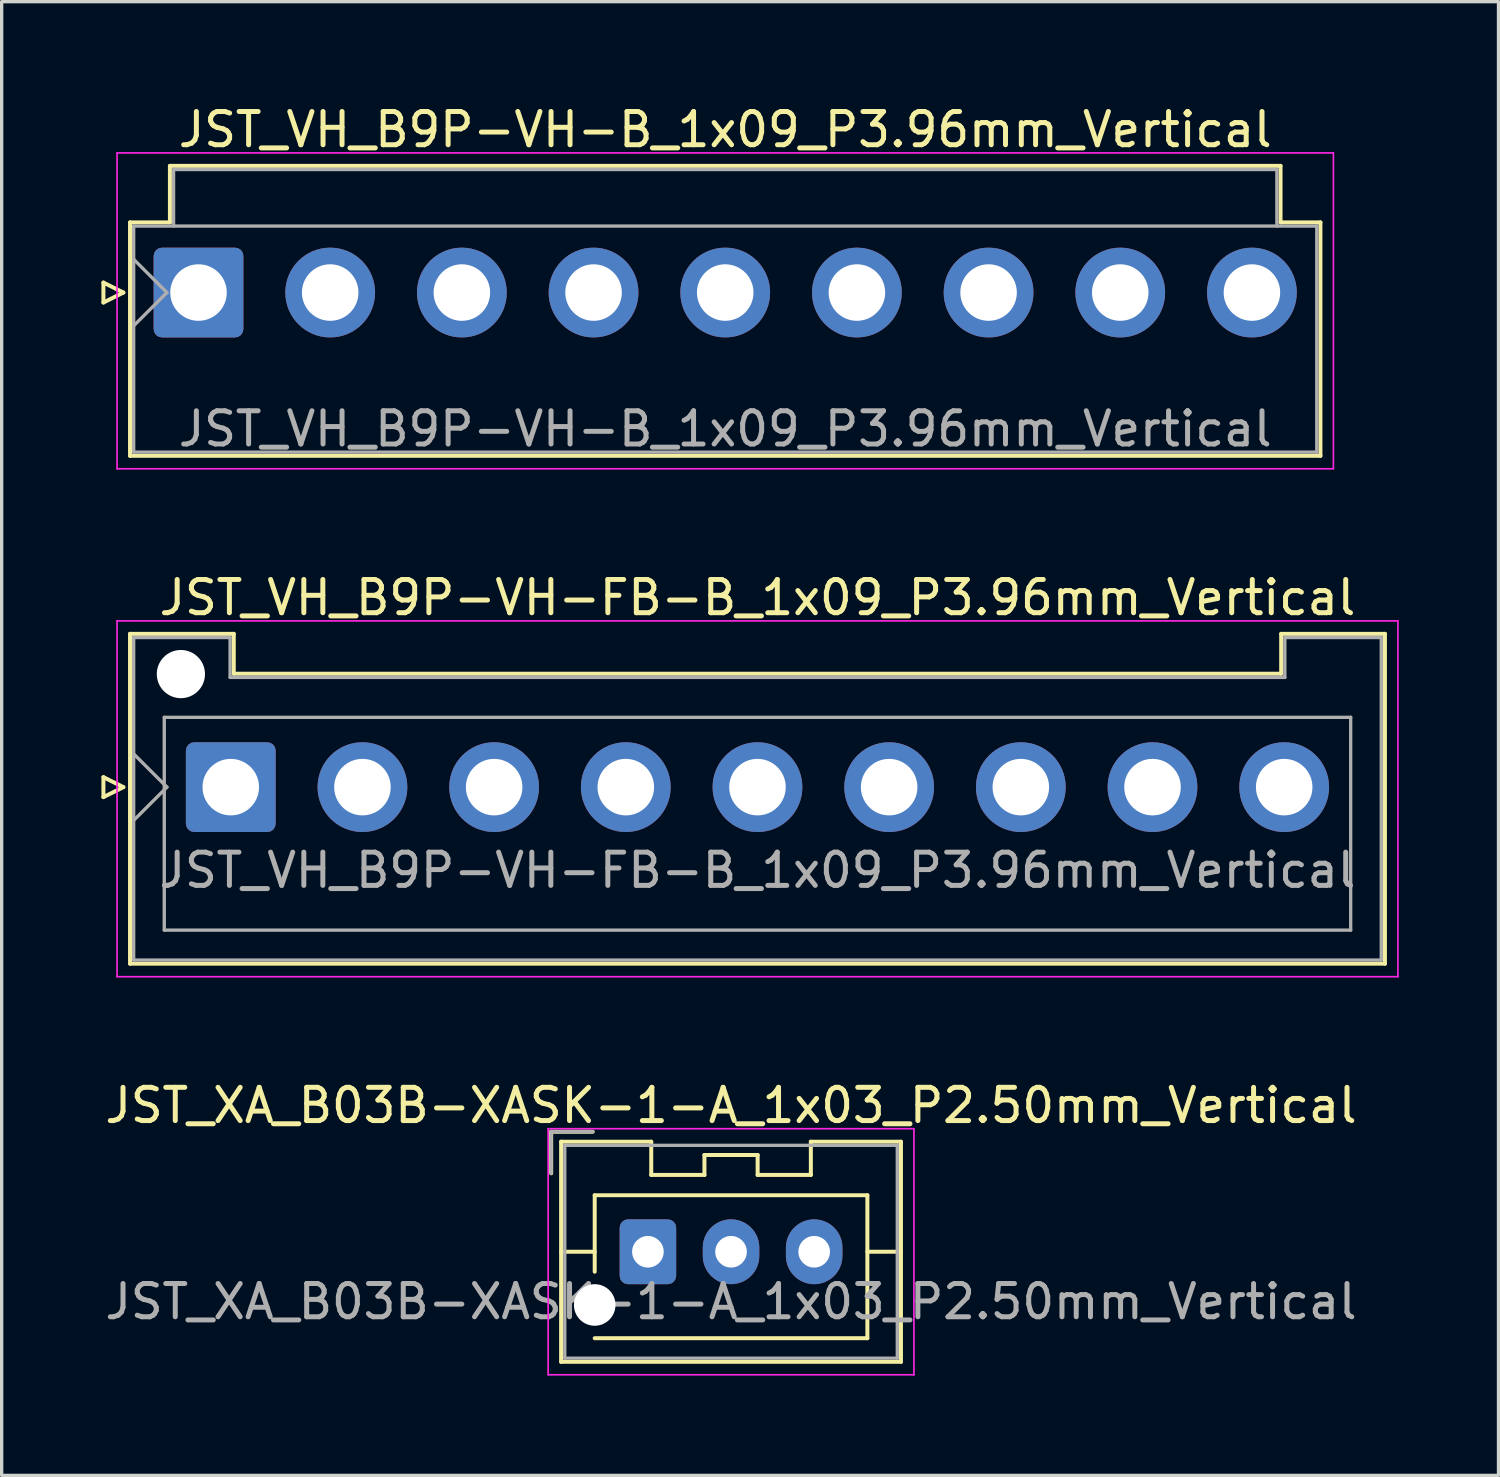
<source format=kicad_pcb>
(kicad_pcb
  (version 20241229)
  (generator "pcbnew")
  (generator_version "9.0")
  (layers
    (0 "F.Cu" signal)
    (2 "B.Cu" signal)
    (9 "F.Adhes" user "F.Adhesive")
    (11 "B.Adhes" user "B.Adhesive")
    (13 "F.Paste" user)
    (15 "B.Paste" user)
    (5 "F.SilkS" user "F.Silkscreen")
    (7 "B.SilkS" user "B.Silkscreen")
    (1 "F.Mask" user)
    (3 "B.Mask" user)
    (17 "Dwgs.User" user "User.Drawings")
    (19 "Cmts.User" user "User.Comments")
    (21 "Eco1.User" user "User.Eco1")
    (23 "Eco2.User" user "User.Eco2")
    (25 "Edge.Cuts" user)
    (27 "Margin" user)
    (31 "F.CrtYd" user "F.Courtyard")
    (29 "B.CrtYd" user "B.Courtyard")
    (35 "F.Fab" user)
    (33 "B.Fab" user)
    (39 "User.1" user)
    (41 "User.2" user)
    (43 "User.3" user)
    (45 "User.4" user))
  (footprint "JST_XA_B03B-XASK-1-A_1x03_P2.50mm_Vertical"
    (layer "F.Cu")
    (at 16.435 34.595)
    (property "Reference" "JST_XA_B03B-XASK-1-A_1x03_P2.50mm_Vertical" (at 2.5 -4.4 0) (layer "F.SilkS") (effects (font (size 1 1) (thickness 0.15))))
    (attr through_hole)
    (fp_line (start -2.91 -3.61) (end -2.91 -2.36) (stroke (width 0.12) (type solid)) (layer "F.SilkS"))
    (fp_line (start -2.61 -3.31) (end -2.61 3.31) (stroke (width 0.12) (type solid)) (layer "F.SilkS"))
    (fp_line (start -2.61 0) (end -1.6 0) (stroke (width 0.12) (type solid)) (layer "F.SilkS"))
    (fp_line (start -2.61 3.31) (end 7.61 3.31) (stroke (width 0.12) (type solid)) (layer "F.SilkS"))
    (fp_line (start -1.66 -3.61) (end -2.91 -3.61) (stroke (width 0.12) (type solid)) (layer "F.SilkS"))
    (fp_line (start -1.6 -1.7) (end 6.6 -1.7) (stroke (width 0.12) (type solid)) (layer "F.SilkS"))
    (fp_line (start -1.6 0.6) (end -1.6 -1.7) (stroke (width 0.12) (type solid)) (layer "F.SilkS"))
    (fp_line (start 0.1 -3.31) (end -2.61 -3.31) (stroke (width 0.12) (type solid)) (layer "F.SilkS"))
    (fp_line (start 0.1 -2.31) (end 0.1 -3.31) (stroke (width 0.12) (type solid)) (layer "F.SilkS"))
    (fp_line (start 1.7 -2.91) (end 1.7 -2.31) (stroke (width 0.12) (type solid)) (layer "F.SilkS"))
    (fp_line (start 1.7 -2.31) (end 0.1 -2.31) (stroke (width 0.12) (type solid)) (layer "F.SilkS"))
    (fp_line (start 3.3 -2.91) (end 1.7 -2.91) (stroke (width 0.12) (type solid)) (layer "F.SilkS"))
    (fp_line (start 3.3 -2.31) (end 3.3 -2.91) (stroke (width 0.12) (type solid)) (layer "F.SilkS"))
    (fp_line (start 4.9 -3.31) (end 4.9 -2.31) (stroke (width 0.12) (type solid)) (layer "F.SilkS"))
    (fp_line (start 4.9 -2.31) (end 3.3 -2.31) (stroke (width 0.12) (type solid)) (layer "F.SilkS"))
    (fp_line (start 6.6 -1.7) (end 6.6 2.6) (stroke (width 0.12) (type solid)) (layer "F.SilkS"))
    (fp_line (start 6.6 2.6) (end -1.6 2.6) (stroke (width 0.12) (type solid)) (layer "F.SilkS"))
    (fp_line (start 7.61 -3.31) (end 4.9 -3.31) (stroke (width 0.12) (type solid)) (layer "F.SilkS"))
    (fp_line (start 7.61 0) (end 6.6 0) (stroke (width 0.12) (type solid)) (layer "F.SilkS"))
    (fp_line (start 7.61 3.31) (end 7.61 -3.31) (stroke (width 0.12) (type solid)) (layer "F.SilkS"))
    (fp_line (start -3 -3.7) (end -3 3.7) (stroke (width 0.05) (type solid)) (layer "F.CrtYd"))
    (fp_line (start -3 3.7) (end 8 3.7) (stroke (width 0.05) (type solid)) (layer "F.CrtYd"))
    (fp_line (start 8 -3.7) (end -3 -3.7) (stroke (width 0.05) (type solid)) (layer "F.CrtYd"))
    (fp_line (start 8 3.7) (end 8 -3.7) (stroke (width 0.05) (type solid)) (layer "F.CrtYd"))
    (fp_line (start -2.91 -3.61) (end -2.91 -2.36) (stroke (width 0.1) (type solid)) (layer "F.Fab"))
    (fp_line (start -2.5 -3.2) (end -2.5 3.2) (stroke (width 0.1) (type solid)) (layer "F.Fab"))
    (fp_line (start -2.5 3.2) (end 7.5 3.2) (stroke (width 0.1) (type solid)) (layer "F.Fab"))
    (fp_line (start -1.66 -3.61) (end -2.91 -3.61) (stroke (width 0.1) (type solid)) (layer "F.Fab"))
    (fp_line (start 7.5 -3.2) (end -2.5 -3.2) (stroke (width 0.1) (type solid)) (layer "F.Fab"))
    (fp_line (start 7.5 3.2) (end 7.5 -3.2) (stroke (width 0.1) (type solid)) (layer "F.Fab"))
    (fp_text user "${REFERENCE}" (at 2.5 1.5 0) (layer "F.Fab") (effects (font (size 1 1) (thickness 0.15))))
    (pad "" np_thru_hole circle (at -1.6 1.6) (size 1.25 1.25) (drill 1.25) (layers "*.Cu" "*.Mask"))
    (pad "1" thru_hole roundrect (at 0 0) (size 1.7 1.95) (drill 0.95) (layers "*.Cu" "*.Mask") (roundrect_rratio 0.147))
    (pad "2" thru_hole oval (at 2.5 0) (size 1.7 1.95) (drill 0.95) (layers "*.Cu" "*.Mask"))
    (pad "3" thru_hole oval (at 5 0) (size 1.7 1.95) (drill 0.95) (layers "*.Cu" "*.Mask")))
  (footprint "JST_VH_B9P-VH-B_1x09_P3.96mm_Vertical"
    (layer "F.Cu")
    (at 2.92 5.748)
    (property "Reference" "JST_VH_B9P-VH-B_1x09_P3.96mm_Vertical" (at 15.84 -4.9 0) (layer "F.SilkS") (effects (font (size 1 1) (thickness 0.15))))
    (attr through_hole)
    (fp_line (start -2.86 -0.3) (end -2.26 0) (stroke (width 0.12) (type solid)) (layer "F.SilkS"))
    (fp_line (start -2.86 0.3) (end -2.86 -0.3) (stroke (width 0.12) (type solid)) (layer "F.SilkS"))
    (fp_line (start -2.26 0) (end -2.86 0.3) (stroke (width 0.12) (type solid)) (layer "F.SilkS"))
    (fp_line (start -2.06 -2.11) (end -0.86 -2.11) (stroke (width 0.12) (type solid)) (layer "F.SilkS"))
    (fp_line (start -2.06 4.91) (end -2.06 -2.11) (stroke (width 0.12) (type solid)) (layer "F.SilkS"))
    (fp_line (start -0.86 -3.81) (end 32.54 -3.81) (stroke (width 0.12) (type solid)) (layer "F.SilkS"))
    (fp_line (start -0.86 -2.11) (end -0.86 -3.81) (stroke (width 0.12) (type solid)) (layer "F.SilkS"))
    (fp_line (start 32.54 -3.81) (end 32.54 -2.11) (stroke (width 0.12) (type solid)) (layer "F.SilkS"))
    (fp_line (start 32.54 -2.11) (end 33.74 -2.11) (stroke (width 0.12) (type solid)) (layer "F.SilkS"))
    (fp_line (start 33.74 -2.11) (end 33.74 4.91) (stroke (width 0.12) (type solid)) (layer "F.SilkS"))
    (fp_line (start 33.74 4.91) (end -2.06 4.91) (stroke (width 0.12) (type solid)) (layer "F.SilkS"))
    (fp_line (start -2.45 -4.2) (end -2.45 5.3) (stroke (width 0.05) (type solid)) (layer "F.CrtYd"))
    (fp_line (start -2.45 5.3) (end 34.13 5.3) (stroke (width 0.05) (type solid)) (layer "F.CrtYd"))
    (fp_line (start 34.13 -4.2) (end -2.45 -4.2) (stroke (width 0.05) (type solid)) (layer "F.CrtYd"))
    (fp_line (start 34.13 5.3) (end 34.13 -4.2) (stroke (width 0.05) (type solid)) (layer "F.CrtYd"))
    (fp_line (start -1.95 -2) (end -1.95 4.8) (stroke (width 0.1) (type solid)) (layer "F.Fab"))
    (fp_line (start -1.95 -1) (end -0.95 0) (stroke (width 0.1) (type solid)) (layer "F.Fab"))
    (fp_line (start -1.95 1) (end -0.95 0) (stroke (width 0.1) (type solid)) (layer "F.Fab"))
    (fp_line (start -1.95 4.8) (end 33.63 4.8) (stroke (width 0.1) (type solid)) (layer "F.Fab"))
    (fp_line (start -0.75 -3.7) (end 32.43 -3.7) (stroke (width 0.1) (type solid)) (layer "F.Fab"))
    (fp_line (start -0.75 -2) (end -0.75 -3.7) (stroke (width 0.1) (type solid)) (layer "F.Fab"))
    (fp_line (start 32.43 -3.7) (end 32.43 -2) (stroke (width 0.1) (type solid)) (layer "F.Fab"))
    (fp_line (start 33.63 -2) (end -1.95 -2) (stroke (width 0.1) (type solid)) (layer "F.Fab"))
    (fp_line (start 33.63 4.8) (end 33.63 -2) (stroke (width 0.1) (type solid)) (layer "F.Fab"))
    (fp_text user "${REFERENCE}" (at 15.84 4.1 0) (layer "F.Fab") (effects (font (size 1 1) (thickness 0.15))))
    (pad "1" thru_hole roundrect (at 0 0) (size 2.7 2.7) (drill 1.7) (layers "*.Cu" "*.Mask") (roundrect_rratio 0.093))
    (pad "2" thru_hole circle (at 3.96 0) (size 2.7 2.7) (drill 1.7) (layers "*.Cu" "*.Mask"))
    (pad "3" thru_hole circle (at 7.92 0) (size 2.7 2.7) (drill 1.7) (layers "*.Cu" "*.Mask"))
    (pad "4" thru_hole circle (at 11.88 0) (size 2.7 2.7) (drill 1.7) (layers "*.Cu" "*.Mask"))
    (pad "5" thru_hole circle (at 15.84 0) (size 2.7 2.7) (drill 1.7) (layers "*.Cu" "*.Mask"))
    (pad "6" thru_hole circle (at 19.8 0) (size 2.7 2.7) (drill 1.7) (layers "*.Cu" "*.Mask"))
    (pad "7" thru_hole circle (at 23.76 0) (size 2.7 2.7) (drill 1.7) (layers "*.Cu" "*.Mask"))
    (pad "8" thru_hole circle (at 27.72 0) (size 2.7 2.7) (drill 1.7) (layers "*.Cu" "*.Mask"))
    (pad "9" thru_hole circle (at 31.68 0) (size 2.7 2.7) (drill 1.7) (layers "*.Cu" "*.Mask")))
  (footprint "JST_VH_B9P-VH-FB-B_1x09_P3.96mm_Vertical"
    (layer "F.Cu")
    (at 3.89 20.622)
    (property "Reference" "JST_VH_B9P-VH-FB-B_1x09_P3.96mm_Vertical" (at 15.84 -5.7 0) (layer "F.SilkS") (effects (font (size 1 1) (thickness 0.15))))
    (attr through_hole)
    (fp_line (start -3.83 -0.3) (end -3.23 0) (stroke (width 0.12) (type solid)) (layer "F.SilkS"))
    (fp_line (start -3.83 0.3) (end -3.83 -0.3) (stroke (width 0.12) (type solid)) (layer "F.SilkS"))
    (fp_line (start -3.23 0) (end -3.83 0.3) (stroke (width 0.12) (type solid)) (layer "F.SilkS"))
    (fp_line (start -3.03 -4.61) (end 0.09 -4.61) (stroke (width 0.12) (type solid)) (layer "F.SilkS"))
    (fp_line (start -3.03 5.31) (end -3.03 -4.61) (stroke (width 0.12) (type solid)) (layer "F.SilkS"))
    (fp_line (start 0.09 -4.61) (end 0.09 -3.41) (stroke (width 0.12) (type solid)) (layer "F.SilkS"))
    (fp_line (start 0.09 -3.41) (end 31.59 -3.41) (stroke (width 0.12) (type solid)) (layer "F.SilkS"))
    (fp_line (start 31.59 -4.61) (end 34.71 -4.61) (stroke (width 0.12) (type solid)) (layer "F.SilkS"))
    (fp_line (start 31.59 -3.41) (end 31.59 -4.61) (stroke (width 0.12) (type solid)) (layer "F.SilkS"))
    (fp_line (start 34.71 -4.61) (end 34.71 5.31) (stroke (width 0.12) (type solid)) (layer "F.SilkS"))
    (fp_line (start 34.71 5.31) (end -3.03 5.31) (stroke (width 0.12) (type solid)) (layer "F.SilkS"))
    (fp_line (start -3.42 -5) (end -3.42 5.7) (stroke (width 0.05) (type solid)) (layer "F.CrtYd"))
    (fp_line (start -3.42 5.7) (end 35.1 5.7) (stroke (width 0.05) (type solid)) (layer "F.CrtYd"))
    (fp_line (start 35.1 -5) (end -3.42 -5) (stroke (width 0.05) (type solid)) (layer "F.CrtYd"))
    (fp_line (start 35.1 5.7) (end 35.1 -5) (stroke (width 0.05) (type solid)) (layer "F.CrtYd"))
    (fp_line (start -2.92 -4.5) (end -0.02 -4.5) (stroke (width 0.1) (type solid)) (layer "F.Fab"))
    (fp_line (start -2.92 -1) (end -1.92 0) (stroke (width 0.1) (type solid)) (layer "F.Fab"))
    (fp_line (start -2.92 1) (end -1.92 0) (stroke (width 0.1) (type solid)) (layer "F.Fab"))
    (fp_line (start -2.92 5.2) (end -2.92 -4.5) (stroke (width 0.1) (type solid)) (layer "F.Fab"))
    (fp_line (start -2 -2.1) (end 33.68 -2.1) (stroke (width 0.1) (type solid)) (layer "F.Fab"))
    (fp_line (start -2 4.3) (end -2 -2.1) (stroke (width 0.1) (type solid)) (layer "F.Fab"))
    (fp_line (start -0.02 -4.5) (end -0.02 -3.3) (stroke (width 0.1) (type solid)) (layer "F.Fab"))
    (fp_line (start -0.02 -3.3) (end 31.7 -3.3) (stroke (width 0.1) (type solid)) (layer "F.Fab"))
    (fp_line (start 31.7 -4.5) (end 34.6 -4.5) (stroke (width 0.1) (type solid)) (layer "F.Fab"))
    (fp_line (start 31.7 -3.3) (end 31.7 -4.5) (stroke (width 0.1) (type solid)) (layer "F.Fab"))
    (fp_line (start 33.68 -2.1) (end 33.68 4.3) (stroke (width 0.1) (type solid)) (layer "F.Fab"))
    (fp_line (start 33.68 4.3) (end -2 4.3) (stroke (width 0.1) (type solid)) (layer "F.Fab"))
    (fp_line (start 34.6 -4.5) (end 34.6 5.2) (stroke (width 0.1) (type solid)) (layer "F.Fab"))
    (fp_line (start 34.6 5.2) (end -2.92 5.2) (stroke (width 0.1) (type solid)) (layer "F.Fab"))
    (fp_text user "${REFERENCE}" (at 15.84 2.5 0) (layer "F.Fab") (effects (font (size 1 1) (thickness 0.15))))
    (pad "" np_thru_hole circle (at -1.5 -3.4) (size 1.45 1.45) (drill 1.45) (layers "*.Cu" "*.Mask"))
    (pad "1" thru_hole roundrect (at 0 0) (size 2.7 2.7) (drill 1.7) (layers "*.Cu" "*.Mask") (roundrect_rratio 0.093))
    (pad "2" thru_hole circle (at 3.96 0) (size 2.7 2.7) (drill 1.7) (layers "*.Cu" "*.Mask"))
    (pad "3" thru_hole circle (at 7.92 0) (size 2.7 2.7) (drill 1.7) (layers "*.Cu" "*.Mask"))
    (pad "4" thru_hole circle (at 11.88 0) (size 2.7 2.7) (drill 1.7) (layers "*.Cu" "*.Mask"))
    (pad "5" thru_hole circle (at 15.84 0) (size 2.7 2.7) (drill 1.7) (layers "*.Cu" "*.Mask"))
    (pad "6" thru_hole circle (at 19.8 0) (size 2.7 2.7) (drill 1.7) (layers "*.Cu" "*.Mask"))
    (pad "7" thru_hole circle (at 23.76 0) (size 2.7 2.7) (drill 1.7) (layers "*.Cu" "*.Mask"))
    (pad "8" thru_hole circle (at 27.72 0) (size 2.7 2.7) (drill 1.7) (layers "*.Cu" "*.Mask"))
    (pad "9" thru_hole circle (at 31.68 0) (size 2.7 2.7) (drill 1.7) (layers "*.Cu" "*.Mask")))
  (gr_rect
    (start -3 -3)
    (end 42.015 41.32)
    (stroke (width 0.1) (type default))
    (fill no)
    (layer "Edge.Cuts")))
</source>
